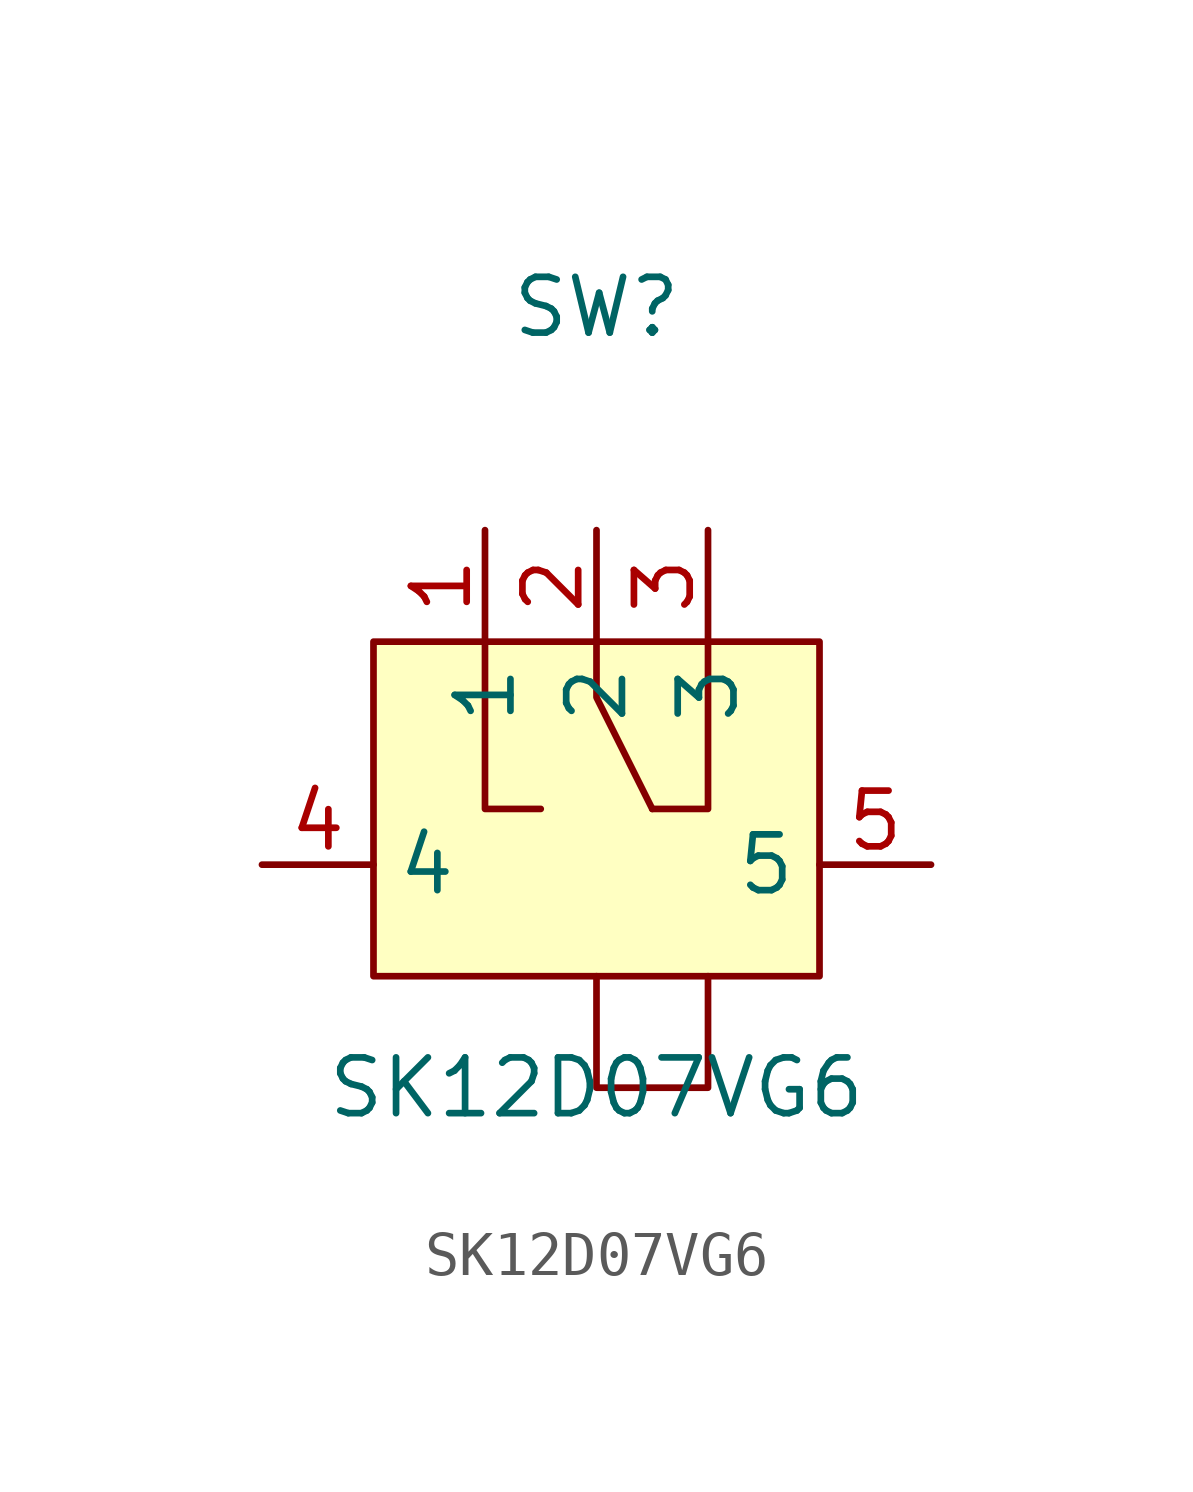
<source format=kicad_sym>
(kicad_symbol_lib
  (version 20231120)
  (generator "kicad_symbol_editor")
  (generator_version "8.0")
  (symbol "SK12D07VG6"
    (property "Reference" "SW"
      (at 0 10.16 0)
      (effects (font (size 1.27 1.27))))
    (property "Value" "SK12D07VG6"
      (at 0 -7.62 0)
      (effects (font (size 1.27 1.27))))
    (symbol "SK12D07VG6_0_1"
      (rectangle (start -5.08 2.54) (end 5.08 -5.08) (stroke (width 0) (type default)) (fill (type background)))
      (polyline (pts (xy -2.54 2.54) (xy -2.54 -1.27) (xy -1.27 -1.27)) (stroke (width 0) (type default)) (fill (type none)))
      (polyline (pts (xy 0 2.54) (xy 0 1.27) (xy 1.27 -1.27)) (stroke (width 0) (type default)) (fill (type none)))
      (polyline (pts (xy 1.27 -1.27) (xy 2.54 -1.27) (xy 2.54 2.54)) (stroke (width 0) (type default)) (fill (type none)))
      (polyline (pts (xy 0 -5.08) (xy 0 -7.62) (xy 2.54 -7.62) (xy 2.54 -5.08)) (stroke (width 0) (type default)) (fill (type none)))
      (pin unspecified line (at -2.54 5.08 270) (length 2.54) (name "1" (effects (font (size 1.27 1.27)))) (number "1" (effects (font (size 1.27 1.27)))))
      (pin unspecified line (at 0 5.08 270) (length 2.54) (name "2" (effects (font (size 1.27 1.27)))) (number "2" (effects (font (size 1.27 1.27)))))
      (pin unspecified line (at 2.54 5.08 270) (length 2.54) (name "3" (effects (font (size 1.27 1.27)))) (number "3" (effects (font (size 1.27 1.27)))))
      (pin unspecified line (at -7.62 -2.54 0) (length 2.54) (name "4" (effects (font (size 1.27 1.27)))) (number "4" (effects (font (size 1.27 1.27)))))
      (pin unspecified line (at 7.62 -2.54 180) (length 2.54) (name "5" (effects (font (size 1.27 1.27)))) (number "5" (effects (font (size 1.27 1.27))))))))
</source>
